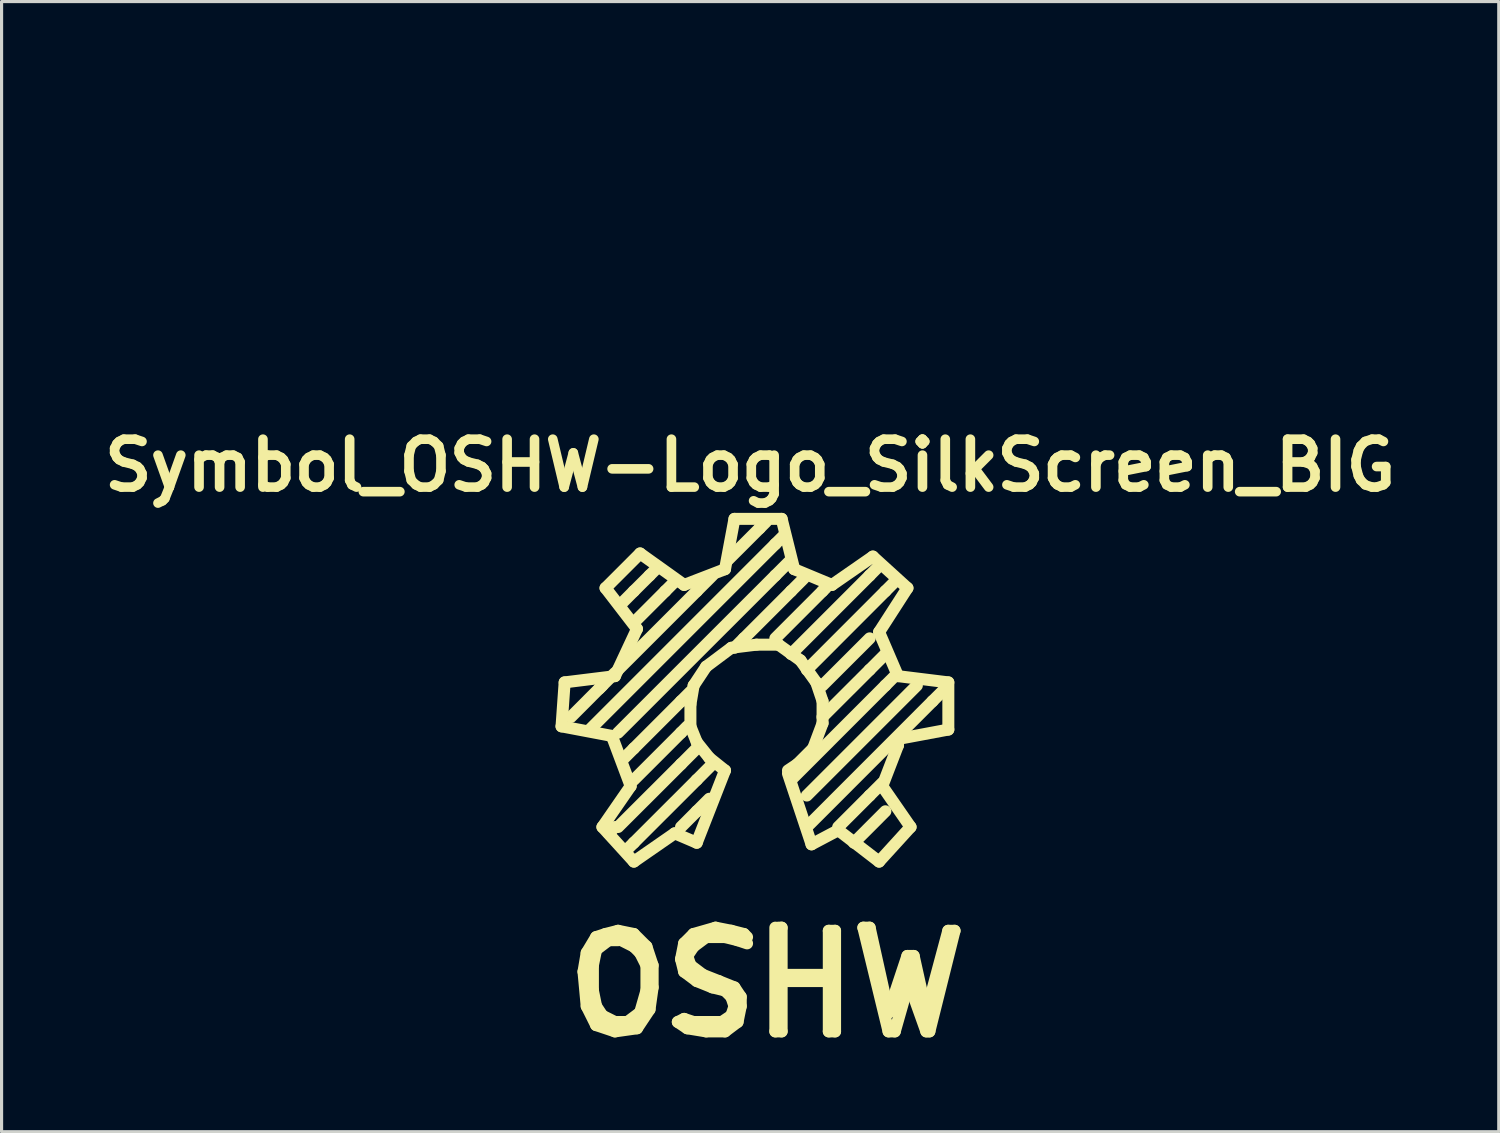
<source format=kicad_pcb>
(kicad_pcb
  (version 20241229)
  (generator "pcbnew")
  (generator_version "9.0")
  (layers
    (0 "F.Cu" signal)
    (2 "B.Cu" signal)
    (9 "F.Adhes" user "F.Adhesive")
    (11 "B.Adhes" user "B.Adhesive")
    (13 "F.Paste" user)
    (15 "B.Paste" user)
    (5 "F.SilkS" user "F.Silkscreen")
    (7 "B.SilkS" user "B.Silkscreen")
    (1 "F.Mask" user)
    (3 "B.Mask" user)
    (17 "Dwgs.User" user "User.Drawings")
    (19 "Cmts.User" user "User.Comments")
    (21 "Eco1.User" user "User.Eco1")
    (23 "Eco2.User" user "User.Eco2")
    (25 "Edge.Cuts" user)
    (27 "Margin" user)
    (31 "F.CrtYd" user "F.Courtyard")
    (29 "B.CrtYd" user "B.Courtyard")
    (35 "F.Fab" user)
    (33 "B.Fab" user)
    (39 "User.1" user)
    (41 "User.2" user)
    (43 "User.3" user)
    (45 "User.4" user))
  (footprint "Symbol_OSHW-Logo_SilkScreen_BIG"
    (layer "F.Cu")
    (at 21.106 0.25)
    (property "Reference" "Symbol_OSHW-Logo_SilkScreen_BIG" (at -0.3 11.501 0) (layer "F.SilkS") (effects (font (size 1.524 1.524) (thickness 0.305))))
    (attr through_hole)
    (fp_line (start -6.299 19.799) (end -4.699 20.102) (stroke (width 0.381) (type solid)) (layer "F.SilkS"))
    (fp_line (start -6.2 18.4) (end -6.299 19.799) (stroke (width 0.381) (type solid)) (layer "F.SilkS"))
    (fp_line (start -5.601 27.6) (end -5.499 28.699) (stroke (width 0.381) (type solid)) (layer "F.SilkS"))
    (fp_line (start -5.499 27) (end -5.601 27.6) (stroke (width 0.381) (type solid)) (layer "F.SilkS"))
    (fp_line (start -5.499 28.699) (end -5.199 29.299) (stroke (width 0.381) (type solid)) (layer "F.SilkS"))
    (fp_line (start -5.301 27.399) (end -5.301 28.199) (stroke (width 0.381) (type solid)) (layer "F.SilkS"))
    (fp_line (start -5.301 28.199) (end -5.199 28.699) (stroke (width 0.381) (type solid)) (layer "F.SilkS"))
    (fp_line (start -5.199 26.5) (end -5.499 27) (stroke (width 0.381) (type solid)) (layer "F.SilkS"))
    (fp_line (start -5.199 26.901) (end -5.301 27.399) (stroke (width 0.381) (type solid)) (layer "F.SilkS"))
    (fp_line (start -5.199 28.699) (end -5.001 28.999) (stroke (width 0.381) (type solid)) (layer "F.SilkS"))
    (fp_line (start -5.199 29.299) (end -4.6 29.5) (stroke (width 0.381) (type solid)) (layer "F.SilkS"))
    (fp_line (start -5.1 18.6) (end -4.6 18.1) (stroke (width 0.381) (type solid)) (layer "F.SilkS"))
    (fp_line (start -5.001 18.499) (end -5.999 19.5) (stroke (width 0.381) (type solid)) (layer "F.SilkS"))
    (fp_line (start -5.001 28.999) (end -4.6 29.2) (stroke (width 0.381) (type solid)) (layer "F.SilkS"))
    (fp_line (start -4.999 23) (end -3.998 24.1) (stroke (width 0.381) (type solid)) (layer "F.SilkS"))
    (fp_line (start -4.9 15.4) (end -3.899 16.701) (stroke (width 0.381) (type solid)) (layer "F.SilkS"))
    (fp_line (start -4.9 26.401) (end -5.199 26.5) (stroke (width 0.381) (type solid)) (layer "F.SilkS"))
    (fp_line (start -4.801 26.599) (end -5.199 26.901) (stroke (width 0.381) (type solid)) (layer "F.SilkS"))
    (fp_line (start -4.699 20.102) (end -4.1 21.699) (stroke (width 0.381) (type solid)) (layer "F.SilkS"))
    (fp_line (start -4.6 18.202) (end -6.2 18.4) (stroke (width 0.381) (type solid)) (layer "F.SilkS"))
    (fp_line (start -4.6 23) (end -4.801 23.2) (stroke (width 0.381) (type solid)) (layer "F.SilkS"))
    (fp_line (start -4.6 29.2) (end -4.201 29.2) (stroke (width 0.381) (type solid)) (layer "F.SilkS"))
    (fp_line (start -4.6 29.5) (end -3.899 29.401) (stroke (width 0.381) (type solid)) (layer "F.SilkS"))
    (fp_line (start -4.501 26.299) (end -4.9 26.401) (stroke (width 0.381) (type solid)) (layer "F.SilkS"))
    (fp_line (start -4.501 26.599) (end -4.801 26.599) (stroke (width 0.381) (type solid)) (layer "F.SilkS"))
    (fp_line (start -4.201 29.2) (end -3.8 28.9) (stroke (width 0.381) (type solid)) (layer "F.SilkS"))
    (fp_line (start -4.1 21.699) (end -4.999 23) (stroke (width 0.381) (type solid)) (layer "F.SilkS"))
    (fp_line (start -4 15.499) (end -4.399 15.9) (stroke (width 0.381) (type solid)) (layer "F.SilkS"))
    (fp_line (start -4 20.5) (end -4.3 20.8) (stroke (width 0.381) (type solid)) (layer "F.SilkS"))
    (fp_line (start -4 23.5) (end -4.201 23.701) (stroke (width 0.381) (type solid)) (layer "F.SilkS"))
    (fp_line (start -4 26.401) (end -4.501 26.299) (stroke (width 0.381) (type solid)) (layer "F.SilkS"))
    (fp_line (start -4 26.8) (end -4.399 26.599) (stroke (width 0.381) (type solid)) (layer "F.SilkS"))
    (fp_line (start -3.998 24.1) (end -2.7 23.2) (stroke (width 0.381) (type solid)) (layer "F.SilkS"))
    (fp_line (start -3.899 16.701) (end -4.6 18.202) (stroke (width 0.381) (type solid)) (layer "F.SilkS"))
    (fp_line (start -3.899 29.401) (end -3.5 28.801) (stroke (width 0.381) (type solid)) (layer "F.SilkS"))
    (fp_line (start -3.8 14.3) (end -4.9 15.4) (stroke (width 0.381) (type solid)) (layer "F.SilkS"))
    (fp_line (start -3.8 27) (end -4 26.8) (stroke (width 0.381) (type solid)) (layer "F.SilkS"))
    (fp_line (start -3.8 28.9) (end -3.599 28.199) (stroke (width 0.381) (type solid)) (layer "F.SilkS"))
    (fp_line (start -3.599 26.8) (end -4 26.401) (stroke (width 0.381) (type solid)) (layer "F.SilkS"))
    (fp_line (start -3.599 27.399) (end -3.8 27) (stroke (width 0.381) (type solid)) (layer "F.SilkS"))
    (fp_line (start -3.599 28.199) (end -3.599 27.399) (stroke (width 0.381) (type solid)) (layer "F.SilkS"))
    (fp_line (start -3.5 15.001) (end -4 15.499) (stroke (width 0.381) (type solid)) (layer "F.SilkS"))
    (fp_line (start -3.5 15.001) (end -3.299 14.801) (stroke (width 0.381) (type solid)) (layer "F.SilkS"))
    (fp_line (start -3.5 28.801) (end -3.401 28.1) (stroke (width 0.381) (type solid)) (layer "F.SilkS"))
    (fp_line (start -3.401 27.399) (end -3.599 26.8) (stroke (width 0.381) (type solid)) (layer "F.SilkS"))
    (fp_line (start -3.401 28.1) (end -3.401 27.399) (stroke (width 0.381) (type solid)) (layer "F.SilkS"))
    (fp_line (start -3 15.499) (end -4 16.5) (stroke (width 0.381) (type solid)) (layer "F.SilkS"))
    (fp_line (start -3 15.499) (end -2.7 15.199) (stroke (width 0.381) (type solid)) (layer "F.SilkS"))
    (fp_line (start -2.7 23.2) (end -1.999 23.5) (stroke (width 0.381) (type solid)) (layer "F.SilkS"))
    (fp_line (start -2.601 29.2) (end -2.301 29.401) (stroke (width 0.381) (type solid)) (layer "F.SilkS"))
    (fp_line (start -2.499 18.999) (end -4 20.5) (stroke (width 0.381) (type solid)) (layer "F.SilkS"))
    (fp_line (start -2.499 18.999) (end -2.2 18.699) (stroke (width 0.381) (type solid)) (layer "F.SilkS"))
    (fp_line (start -2.499 20) (end -4 21.501) (stroke (width 0.381) (type solid)) (layer "F.SilkS"))
    (fp_line (start -2.499 20) (end -2.301 19.799) (stroke (width 0.381) (type solid)) (layer "F.SilkS"))
    (fp_line (start -2.499 21.001) (end -4.501 23) (stroke (width 0.381) (type solid)) (layer "F.SilkS"))
    (fp_line (start -2.499 21.001) (end -1.999 20.5) (stroke (width 0.381) (type solid)) (layer "F.SilkS"))
    (fp_line (start -2.499 27.201) (end -2.4 27.6) (stroke (width 0.381) (type solid)) (layer "F.SilkS"))
    (fp_line (start -2.4 15.301) (end -3.8 14.3) (stroke (width 0.381) (type solid)) (layer "F.SilkS"))
    (fp_line (start -2.4 26.7) (end -2.499 27.201) (stroke (width 0.381) (type solid)) (layer "F.SilkS"))
    (fp_line (start -2.4 27.6) (end -1.999 27.899) (stroke (width 0.381) (type solid)) (layer "F.SilkS"))
    (fp_line (start -2.4 29.101) (end -2.601 29.2) (stroke (width 0.381) (type solid)) (layer "F.SilkS"))
    (fp_line (start -2.301 27.099) (end -2.101 26.8) (stroke (width 0.381) (type solid)) (layer "F.SilkS"))
    (fp_line (start -2.301 29.401) (end -1.699 29.5) (stroke (width 0.381) (type solid)) (layer "F.SilkS"))
    (fp_line (start -2.2 19.101) (end -2.098 18.501) (stroke (width 0.381) (type solid)) (layer "F.SilkS"))
    (fp_line (start -2.2 19.799) (end -2.2 19.101) (stroke (width 0.381) (type solid)) (layer "F.SilkS"))
    (fp_line (start -2.2 27.399) (end -2.301 27.099) (stroke (width 0.381) (type solid)) (layer "F.SilkS"))
    (fp_line (start -2.101 26.401) (end -2.4 26.7) (stroke (width 0.381) (type solid)) (layer "F.SilkS"))
    (fp_line (start -2.101 26.8) (end -1.699 26.5) (stroke (width 0.381) (type solid)) (layer "F.SilkS"))
    (fp_line (start -2.101 29.2) (end -2.4 29.101) (stroke (width 0.381) (type solid)) (layer "F.SilkS"))
    (fp_line (start -2.098 18.501) (end -1.699 17.899) (stroke (width 0.381) (type solid)) (layer "F.SilkS"))
    (fp_line (start -1.999 15.499) (end -4.501 18.001) (stroke (width 0.381) (type solid)) (layer "F.SilkS"))
    (fp_line (start -1.999 15.499) (end -1.501 15.001) (stroke (width 0.381) (type solid)) (layer "F.SilkS"))
    (fp_line (start -1.999 20.3) (end -2.2 19.799) (stroke (width 0.381) (type solid)) (layer "F.SilkS"))
    (fp_line (start -1.999 21.501) (end -4 23.5) (stroke (width 0.381) (type solid)) (layer "F.SilkS"))
    (fp_line (start -1.999 21.501) (end -1.501 21.001) (stroke (width 0.381) (type solid)) (layer "F.SilkS"))
    (fp_line (start -1.999 22.499) (end -2.499 23) (stroke (width 0.381) (type solid)) (layer "F.SilkS"))
    (fp_line (start -1.999 22.499) (end -1.6 22.101) (stroke (width 0.381) (type solid)) (layer "F.SilkS"))
    (fp_line (start -1.999 23.5) (end -1.1 21.201) (stroke (width 0.381) (type solid)) (layer "F.SilkS"))
    (fp_line (start -1.999 27.899) (end -1.501 28.1) (stroke (width 0.381) (type solid)) (layer "F.SilkS"))
    (fp_line (start -1.801 27.701) (end -2.2 27.399) (stroke (width 0.381) (type solid)) (layer "F.SilkS"))
    (fp_line (start -1.699 17.899) (end -0.899 17.3) (stroke (width 0.381) (type solid)) (layer "F.SilkS"))
    (fp_line (start -1.699 26.5) (end -1.1 26.5) (stroke (width 0.381) (type solid)) (layer "F.SilkS"))
    (fp_line (start -1.699 29.5) (end -1.1 29.5) (stroke (width 0.381) (type solid)) (layer "F.SilkS"))
    (fp_line (start -1.6 20.8) (end -1.999 20.3) (stroke (width 0.381) (type solid)) (layer "F.SilkS"))
    (fp_line (start -1.6 29.2) (end -2.101 29.2) (stroke (width 0.381) (type solid)) (layer "F.SilkS"))
    (fp_line (start -1.501 28.1) (end -1.1 28.199) (stroke (width 0.381) (type solid)) (layer "F.SilkS"))
    (fp_line (start -1.4 26.2) (end -2.101 26.401) (stroke (width 0.381) (type solid)) (layer "F.SilkS"))
    (fp_line (start -1.3 27.899) (end -1.801 27.701) (stroke (width 0.381) (type solid)) (layer "F.SilkS"))
    (fp_line (start -1.199 29.2) (end -1.6 29.2) (stroke (width 0.381) (type solid)) (layer "F.SilkS"))
    (fp_line (start -1.1 14.801) (end -2.4 15.301) (stroke (width 0.381) (type solid)) (layer "F.SilkS"))
    (fp_line (start -1.1 21.201) (end -1.6 20.8) (stroke (width 0.381) (type solid)) (layer "F.SilkS"))
    (fp_line (start -1.1 26.5) (end -0.701 26.599) (stroke (width 0.381) (type solid)) (layer "F.SilkS"))
    (fp_line (start -1.1 28.199) (end -0.899 28.4) (stroke (width 0.381) (type solid)) (layer "F.SilkS"))
    (fp_line (start -1.1 29.5) (end -0.701 29.2) (stroke (width 0.381) (type solid)) (layer "F.SilkS"))
    (fp_line (start -0.899 17.3) (end -0.099 17.201) (stroke (width 0.381) (type solid)) (layer "F.SilkS"))
    (fp_line (start -0.899 26.299) (end -1.4 26.2) (stroke (width 0.381) (type solid)) (layer "F.SilkS"))
    (fp_line (start -0.899 28.4) (end -0.8 28.699) (stroke (width 0.381) (type solid)) (layer "F.SilkS"))
    (fp_line (start -0.899 28.999) (end -1.199 29.2) (stroke (width 0.381) (type solid)) (layer "F.SilkS"))
    (fp_line (start -0.8 13.2) (end -1.1 14.801) (stroke (width 0.381) (type solid)) (layer "F.SilkS"))
    (fp_line (start -0.8 28.1) (end -1.3 27.899) (stroke (width 0.381) (type solid)) (layer "F.SilkS"))
    (fp_line (start -0.8 28.699) (end -0.899 28.999) (stroke (width 0.381) (type solid)) (layer "F.SilkS"))
    (fp_line (start -0.701 26.599) (end -0.399 26.7) (stroke (width 0.381) (type solid)) (layer "F.SilkS"))
    (fp_line (start -0.701 29.2) (end -0.599 28.699) (stroke (width 0.381) (type solid)) (layer "F.SilkS"))
    (fp_line (start -0.599 28.4) (end -0.8 28.1) (stroke (width 0.381) (type solid)) (layer "F.SilkS"))
    (fp_line (start -0.599 28.699) (end -0.599 28.4) (stroke (width 0.381) (type solid)) (layer "F.SilkS"))
    (fp_line (start -0.5 17) (end -0.8 17.3) (stroke (width 0.381) (type solid)) (layer "F.SilkS"))
    (fp_line (start -0.5 26.401) (end -0.899 26.299) (stroke (width 0.381) (type solid)) (layer "F.SilkS"))
    (fp_line (start -0.399 26.5) (end -0.5 26.401) (stroke (width 0.381) (type solid)) (layer "F.SilkS"))
    (fp_line (start -0.099 17.201) (end 0.602 17.201) (stroke (width 0.381) (type solid)) (layer "F.SilkS"))
    (fp_line (start 0 13.5) (end -1.001 14.501) (stroke (width 0.381) (type solid)) (layer "F.SilkS"))
    (fp_line (start 0 13.5) (end 0.201 13.299) (stroke (width 0.381) (type solid)) (layer "F.SilkS"))
    (fp_line (start 0.5 14) (end -5.4 19.901) (stroke (width 0.381) (type solid)) (layer "F.SilkS"))
    (fp_line (start 0.5 14) (end 0.8 13.701) (stroke (width 0.381) (type solid)) (layer "F.SilkS"))
    (fp_line (start 0.5 15.001) (end -4.501 20) (stroke (width 0.381) (type solid)) (layer "F.SilkS"))
    (fp_line (start 0.5 15.001) (end 1.001 14.501) (stroke (width 0.381) (type solid)) (layer "F.SilkS"))
    (fp_line (start 0.5 26.2) (end 0.5 29.5) (stroke (width 0.381) (type solid)) (layer "F.SilkS"))
    (fp_line (start 0.5 29.5) (end 0.701 29.5) (stroke (width 0.381) (type solid)) (layer "F.SilkS"))
    (fp_line (start 0.599 27.701) (end 2.101 27.701) (stroke (width 0.381) (type solid)) (layer "F.SilkS"))
    (fp_line (start 0.602 17.201) (end 1.3 17.701) (stroke (width 0.381) (type solid)) (layer "F.SilkS"))
    (fp_line (start 0.701 13.2) (end -0.8 13.2) (stroke (width 0.381) (type solid)) (layer "F.SilkS"))
    (fp_line (start 0.701 26.2) (end 0.599 26.2) (stroke (width 0.381) (type solid)) (layer "F.SilkS"))
    (fp_line (start 0.701 29.5) (end 0.701 26.2) (stroke (width 0.381) (type solid)) (layer "F.SilkS"))
    (fp_line (start 0.902 21.3) (end 1.651 23.551) (stroke (width 0.381) (type solid)) (layer "F.SilkS"))
    (fp_line (start 1.001 15.499) (end -0.5 17) (stroke (width 0.381) (type solid)) (layer "F.SilkS"))
    (fp_line (start 1.001 15.499) (end 1.4 15.1) (stroke (width 0.381) (type solid)) (layer "F.SilkS"))
    (fp_line (start 1.1 14.801) (end 0.701 13.2) (stroke (width 0.381) (type solid)) (layer "F.SilkS"))
    (fp_line (start 1.201 21.001) (end 0.902 21.201) (stroke (width 0.381) (type solid)) (layer "F.SilkS"))
    (fp_line (start 1.3 17.701) (end 1.801 18.4) (stroke (width 0.381) (type solid)) (layer "F.SilkS"))
    (fp_line (start 1.651 23.551) (end 2.502 23.101) (stroke (width 0.381) (type solid)) (layer "F.SilkS"))
    (fp_line (start 1.702 20.5) (end 1.201 21.001) (stroke (width 0.381) (type solid)) (layer "F.SilkS"))
    (fp_line (start 1.801 18.4) (end 2.002 18.999) (stroke (width 0.381) (type solid)) (layer "F.SilkS"))
    (fp_line (start 1.999 15.499) (end 0.5 17) (stroke (width 0.381) (type solid)) (layer "F.SilkS"))
    (fp_line (start 1.999 15.499) (end 2.101 15.4) (stroke (width 0.381) (type solid)) (layer "F.SilkS"))
    (fp_line (start 2.002 18.999) (end 2.002 19.7) (stroke (width 0.381) (type solid)) (layer "F.SilkS"))
    (fp_line (start 2.002 19.7) (end 1.702 20.5) (stroke (width 0.381) (type solid)) (layer "F.SilkS"))
    (fp_line (start 2.101 27.701) (end 2.101 27.899) (stroke (width 0.381) (type solid)) (layer "F.SilkS"))
    (fp_line (start 2.101 27.899) (end 0.701 27.899) (stroke (width 0.381) (type solid)) (layer "F.SilkS"))
    (fp_line (start 2.2 26.299) (end 2.2 29.5) (stroke (width 0.381) (type solid)) (layer "F.SilkS"))
    (fp_line (start 2.2 29.5) (end 2.4 29.5) (stroke (width 0.381) (type solid)) (layer "F.SilkS"))
    (fp_line (start 2.301 15.301) (end 1.1 14.801) (stroke (width 0.381) (type solid)) (layer "F.SilkS"))
    (fp_line (start 2.4 26.299) (end 2.2 26.299) (stroke (width 0.381) (type solid)) (layer "F.SilkS"))
    (fp_line (start 2.4 29.5) (end 2.4 26.299) (stroke (width 0.381) (type solid)) (layer "F.SilkS"))
    (fp_line (start 2.502 23.101) (end 3.8 24.1) (stroke (width 0.381) (type solid)) (layer "F.SilkS"))
    (fp_line (start 3.299 26.2) (end 4.1 29.5) (stroke (width 0.381) (type solid)) (layer "F.SilkS"))
    (fp_line (start 3.5 15.001) (end 1.001 17.501) (stroke (width 0.381) (type solid)) (layer "F.SilkS"))
    (fp_line (start 3.5 15.001) (end 3.8 14.699) (stroke (width 0.381) (type solid)) (layer "F.SilkS"))
    (fp_line (start 3.5 17) (end 1.999 18.499) (stroke (width 0.381) (type solid)) (layer "F.SilkS"))
    (fp_line (start 3.5 18.001) (end 1.999 19.5) (stroke (width 0.381) (type solid)) (layer "F.SilkS"))
    (fp_line (start 3.5 18.001) (end 4 17.501) (stroke (width 0.381) (type solid)) (layer "F.SilkS"))
    (fp_line (start 3.5 21.999) (end 2.499 23) (stroke (width 0.381) (type solid)) (layer "F.SilkS"))
    (fp_line (start 3.5 21.999) (end 3.899 21.6) (stroke (width 0.381) (type solid)) (layer "F.SilkS"))
    (fp_line (start 3.5 26.2) (end 3.299 26.2) (stroke (width 0.381) (type solid)) (layer "F.SilkS"))
    (fp_line (start 3.602 14.399) (end 2.301 15.301) (stroke (width 0.381) (type solid)) (layer "F.SilkS"))
    (fp_line (start 3.8 16.8) (end 4.702 15.4) (stroke (width 0.381) (type solid)) (layer "F.SilkS"))
    (fp_line (start 3.8 24.1) (end 4.801 23) (stroke (width 0.381) (type solid)) (layer "F.SilkS"))
    (fp_line (start 3.901 21.699) (end 4.402 20.401) (stroke (width 0.381) (type solid)) (layer "F.SilkS"))
    (fp_line (start 4 15.499) (end 1.501 18.001) (stroke (width 0.381) (type solid)) (layer "F.SilkS"))
    (fp_line (start 4 15.499) (end 4.3 15.199) (stroke (width 0.381) (type solid)) (layer "F.SilkS"))
    (fp_line (start 4 18.499) (end 1.001 21.501) (stroke (width 0.381) (type solid)) (layer "F.SilkS"))
    (fp_line (start 4 18.499) (end 4.3 18.199) (stroke (width 0.381) (type solid)) (layer "F.SilkS"))
    (fp_line (start 4 22.499) (end 3 23.5) (stroke (width 0.381) (type solid)) (layer "F.SilkS"))
    (fp_line (start 4.1 28.9) (end 3.5 26.2) (stroke (width 0.381) (type solid)) (layer "F.SilkS"))
    (fp_line (start 4.1 29.5) (end 4.3 29.5) (stroke (width 0.381) (type solid)) (layer "F.SilkS"))
    (fp_line (start 4.3 29.5) (end 4.699 28.1) (stroke (width 0.381) (type solid)) (layer "F.SilkS"))
    (fp_line (start 4.402 18.202) (end 3.8 16.8) (stroke (width 0.381) (type solid)) (layer "F.SilkS"))
    (fp_line (start 4.402 20.201) (end 6.002 19.901) (stroke (width 0.381) (type solid)) (layer "F.SilkS"))
    (fp_line (start 4.402 20.401) (end 4.402 20.201) (stroke (width 0.381) (type solid)) (layer "F.SilkS"))
    (fp_line (start 4.699 27.099) (end 4.1 28.9) (stroke (width 0.381) (type solid)) (layer "F.SilkS"))
    (fp_line (start 4.699 28.1) (end 4.801 28.1) (stroke (width 0.381) (type solid)) (layer "F.SilkS"))
    (fp_line (start 4.702 15.4) (end 3.602 14.399) (stroke (width 0.381) (type solid)) (layer "F.SilkS"))
    (fp_line (start 4.801 23) (end 3.901 21.699) (stroke (width 0.381) (type solid)) (layer "F.SilkS"))
    (fp_line (start 4.801 27.3) (end 4.801 27.899) (stroke (width 0.381) (type solid)) (layer "F.SilkS"))
    (fp_line (start 4.801 28.1) (end 5.301 29.5) (stroke (width 0.381) (type solid)) (layer "F.SilkS"))
    (fp_line (start 4.9 27.099) (end 4.699 27.099) (stroke (width 0.381) (type solid)) (layer "F.SilkS"))
    (fp_line (start 5.001 18.499) (end 1.501 21.999) (stroke (width 0.381) (type solid)) (layer "F.SilkS"))
    (fp_line (start 5.301 28.9) (end 4.9 27.099) (stroke (width 0.381) (type solid)) (layer "F.SilkS"))
    (fp_line (start 5.301 29.5) (end 5.4 29.5) (stroke (width 0.381) (type solid)) (layer "F.SilkS"))
    (fp_line (start 5.4 29.5) (end 6.2 26.299) (stroke (width 0.381) (type solid)) (layer "F.SilkS"))
    (fp_line (start 5.499 18.999) (end 1.501 23) (stroke (width 0.381) (type solid)) (layer "F.SilkS"))
    (fp_line (start 5.499 18.999) (end 5.9 18.6) (stroke (width 0.381) (type solid)) (layer "F.SilkS"))
    (fp_line (start 5.999 26.299) (end 5.301 28.9) (stroke (width 0.381) (type solid)) (layer "F.SilkS"))
    (fp_line (start 6.002 18.4) (end 4.402 18.202) (stroke (width 0.381) (type solid)) (layer "F.SilkS"))
    (fp_line (start 6.002 19.901) (end 6.002 18.4) (stroke (width 0.381) (type solid)) (layer "F.SilkS"))
    (fp_line (start 6.2 26.299) (end 5.999 26.299) (stroke (width 0.381) (type solid)) (layer "F.SilkS")))
  (gr_rect
    (start -3 -3)
    (end 44.612 32.94)
    (stroke (width 0.1) (type default))
    (fill no)
    (layer "Edge.Cuts")))
</source>
